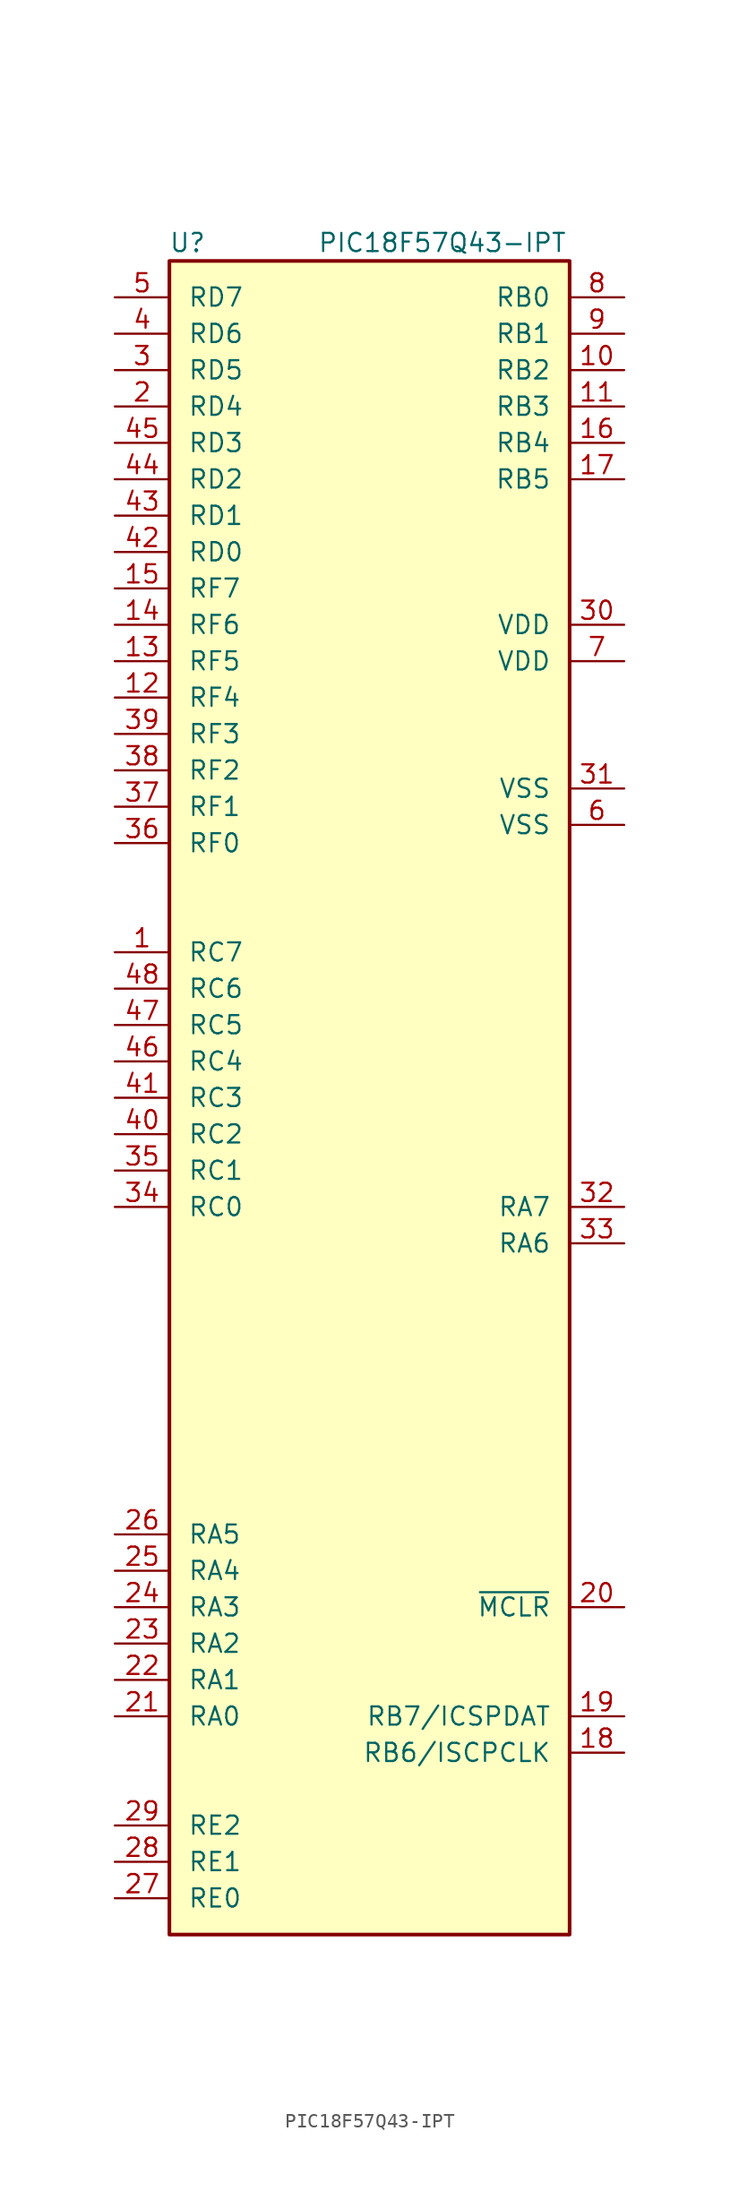
<source format=kicad_sym>
(kicad_symbol_lib
  (version 20220914)
  (generator kicad_symbol_editor)
  (symbol "PIC18F57Q43-IPT"
    (pin_names
      (offset 1.27))
    (property "Reference" "U"
      (at -12.7 59.69 0)
      (effects (font (size 1.27 1.27))))
    (property "Value" "PIC18F57Q43-IPT"
      (at 5.08 59.69 0)
      (effects (font (size 1.27 1.27))))
    (symbol "PIC18F57Q43-IPT_0_1"
      (rectangle (start -13.97 58.42) (end 13.97 -58.42) (stroke (width 0.254) (type default)) (fill (type background))))
    (symbol "PIC18F57Q43-IPT_1_1"
      (pin bidirectional line (at -17.78 10.16 0) (length 3.81) (name "RC7" (effects (font (size 1.27 1.27)))) (number "1" (effects (font (size 1.27 1.27)))))
      (pin bidirectional line (at 17.78 50.8 180) (length 3.81) (name "RB2" (effects (font (size 1.27 1.27)))) (number "10" (effects (font (size 1.27 1.27)))))
      (pin bidirectional line (at 17.78 48.26 180) (length 3.81) (name "RB3" (effects (font (size 1.27 1.27)))) (number "11" (effects (font (size 1.27 1.27)))))
      (pin bidirectional line (at -17.78 27.94 0) (length 3.81) (name "RF4" (effects (font (size 1.27 1.27)))) (number "12" (effects (font (size 1.27 1.27)))))
      (pin bidirectional line (at -17.78 30.48 0) (length 3.81) (name "RF5" (effects (font (size 1.27 1.27)))) (number "13" (effects (font (size 1.27 1.27)))))
      (pin bidirectional line (at -17.78 33.02 0) (length 3.81) (name "RF6" (effects (font (size 1.27 1.27)))) (number "14" (effects (font (size 1.27 1.27)))))
      (pin bidirectional line (at -17.78 35.56 0) (length 3.81) (name "RF7" (effects (font (size 1.27 1.27)))) (number "15" (effects (font (size 1.27 1.27)))))
      (pin bidirectional line (at 17.78 45.72 180) (length 3.81) (name "RB4" (effects (font (size 1.27 1.27)))) (number "16" (effects (font (size 1.27 1.27)))))
      (pin bidirectional line (at 17.78 43.18 180) (length 3.81) (name "RB5" (effects (font (size 1.27 1.27)))) (number "17" (effects (font (size 1.27 1.27)))))
      (pin bidirectional line (at 17.78 -45.72 180) (length 3.81) (name "RB6/ISCPCLK" (effects (font (size 1.27 1.27)))) (number "18" (effects (font (size 1.27 1.27)))))
      (pin bidirectional line (at 17.78 -43.18 180) (length 3.81) (name "RB7/ICSPDAT" (effects (font (size 1.27 1.27)))) (number "19" (effects (font (size 1.27 1.27)))))
      (pin bidirectional line (at -17.78 48.26 0) (length 3.81) (name "RD4" (effects (font (size 1.27 1.27)))) (number "2" (effects (font (size 1.27 1.27)))))
      (pin bidirectional line (at 17.78 -35.56 180) (length 3.81) (name "~{MCLR}" (effects (font (size 1.27 1.27)))) (number "20" (effects (font (size 1.27 1.27)))))
      (pin bidirectional line (at -17.78 -43.18 0) (length 3.81) (name "RA0" (effects (font (size 1.27 1.27)))) (number "21" (effects (font (size 1.27 1.27)))))
      (pin bidirectional line (at -17.78 -40.64 0) (length 3.81) (name "RA1" (effects (font (size 1.27 1.27)))) (number "22" (effects (font (size 1.27 1.27)))))
      (pin bidirectional line (at -17.78 -38.1 0) (length 3.81) (name "RA2" (effects (font (size 1.27 1.27)))) (number "23" (effects (font (size 1.27 1.27)))))
      (pin bidirectional line (at -17.78 -35.56 0) (length 3.81) (name "RA3" (effects (font (size 1.27 1.27)))) (number "24" (effects (font (size 1.27 1.27)))))
      (pin bidirectional line (at -17.78 -33.02 0) (length 3.81) (name "RA4" (effects (font (size 1.27 1.27)))) (number "25" (effects (font (size 1.27 1.27)))))
      (pin bidirectional line (at -17.78 -30.48 0) (length 3.81) (name "RA5" (effects (font (size 1.27 1.27)))) (number "26" (effects (font (size 1.27 1.27)))))
      (pin bidirectional line (at -17.78 -55.88 0) (length 3.81) (name "RE0" (effects (font (size 1.27 1.27)))) (number "27" (effects (font (size 1.27 1.27)))))
      (pin bidirectional line (at -17.78 -53.34 0) (length 3.81) (name "RE1" (effects (font (size 1.27 1.27)))) (number "28" (effects (font (size 1.27 1.27)))))
      (pin bidirectional line (at -17.78 -50.8 0) (length 3.81) (name "RE2" (effects (font (size 1.27 1.27)))) (number "29" (effects (font (size 1.27 1.27)))))
      (pin bidirectional line (at -17.78 50.8 0) (length 3.81) (name "RD5" (effects (font (size 1.27 1.27)))) (number "3" (effects (font (size 1.27 1.27)))))
      (pin power_in line (at 17.78 33.02 180) (length 3.81) (name "VDD" (effects (font (size 1.27 1.27)))) (number "30" (effects (font (size 1.27 1.27)))))
      (pin power_in line (at 17.78 21.59 180) (length 3.81) (name "VSS" (effects (font (size 1.27 1.27)))) (number "31" (effects (font (size 1.27 1.27)))))
      (pin bidirectional line (at 17.78 -7.62 180) (length 3.81) (name "RA7" (effects (font (size 1.27 1.27)))) (number "32" (effects (font (size 1.27 1.27)))))
      (pin bidirectional line (at 17.78 -10.16 180) (length 3.81) (name "RA6" (effects (font (size 1.27 1.27)))) (number "33" (effects (font (size 1.27 1.27)))))
      (pin bidirectional line (at -17.78 -7.62 0) (length 3.81) (name "RC0" (effects (font (size 1.27 1.27)))) (number "34" (effects (font (size 1.27 1.27)))))
      (pin bidirectional line (at -17.78 -5.08 0) (length 3.81) (name "RC1" (effects (font (size 1.27 1.27)))) (number "35" (effects (font (size 1.27 1.27)))))
      (pin bidirectional line (at -17.78 17.78 0) (length 3.81) (name "RF0" (effects (font (size 1.27 1.27)))) (number "36" (effects (font (size 1.27 1.27)))))
      (pin bidirectional line (at -17.78 20.32 0) (length 3.81) (name "RF1" (effects (font (size 1.27 1.27)))) (number "37" (effects (font (size 1.27 1.27)))))
      (pin bidirectional line (at -17.78 22.86 0) (length 3.81) (name "RF2" (effects (font (size 1.27 1.27)))) (number "38" (effects (font (size 1.27 1.27)))))
      (pin bidirectional line (at -17.78 25.4 0) (length 3.81) (name "RF3" (effects (font (size 1.27 1.27)))) (number "39" (effects (font (size 1.27 1.27)))))
      (pin bidirectional line (at -17.78 53.34 0) (length 3.81) (name "RD6" (effects (font (size 1.27 1.27)))) (number "4" (effects (font (size 1.27 1.27)))))
      (pin bidirectional line (at -17.78 -2.54 0) (length 3.81) (name "RC2" (effects (font (size 1.27 1.27)))) (number "40" (effects (font (size 1.27 1.27)))))
      (pin bidirectional line (at -17.78 0 0) (length 3.81) (name "RC3" (effects (font (size 1.27 1.27)))) (number "41" (effects (font (size 1.27 1.27)))))
      (pin bidirectional line (at -17.78 38.1 0) (length 3.81) (name "RD0" (effects (font (size 1.27 1.27)))) (number "42" (effects (font (size 1.27 1.27)))))
      (pin bidirectional line (at -17.78 40.64 0) (length 3.81) (name "RD1" (effects (font (size 1.27 1.27)))) (number "43" (effects (font (size 1.27 1.27)))))
      (pin bidirectional line (at -17.78 43.18 0) (length 3.81) (name "RD2" (effects (font (size 1.27 1.27)))) (number "44" (effects (font (size 1.27 1.27)))))
      (pin bidirectional line (at -17.78 45.72 0) (length 3.81) (name "RD3" (effects (font (size 1.27 1.27)))) (number "45" (effects (font (size 1.27 1.27)))))
      (pin bidirectional line (at -17.78 2.54 0) (length 3.81) (name "RC4" (effects (font (size 1.27 1.27)))) (number "46" (effects (font (size 1.27 1.27)))))
      (pin bidirectional line (at -17.78 5.08 0) (length 3.81) (name "RC5" (effects (font (size 1.27 1.27)))) (number "47" (effects (font (size 1.27 1.27)))))
      (pin bidirectional line (at -17.78 7.62 0) (length 3.81) (name "RC6" (effects (font (size 1.27 1.27)))) (number "48" (effects (font (size 1.27 1.27)))))
      (pin bidirectional line (at -17.78 55.88 0) (length 3.81) (name "RD7" (effects (font (size 1.27 1.27)))) (number "5" (effects (font (size 1.27 1.27)))))
      (pin power_in line (at 17.78 19.05 180) (length 3.81) (name "VSS" (effects (font (size 1.27 1.27)))) (number "6" (effects (font (size 1.27 1.27)))))
      (pin power_in line (at 17.78 30.48 180) (length 3.81) (name "VDD" (effects (font (size 1.27 1.27)))) (number "7" (effects (font (size 1.27 1.27)))))
      (pin bidirectional line (at 17.78 55.88 180) (length 3.81) (name "RB0" (effects (font (size 1.27 1.27)))) (number "8" (effects (font (size 1.27 1.27)))))
      (pin bidirectional line (at 17.78 53.34 180) (length 3.81) (name "RB1" (effects (font (size 1.27 1.27)))) (number "9" (effects (font (size 1.27 1.27))))))))
</source>
